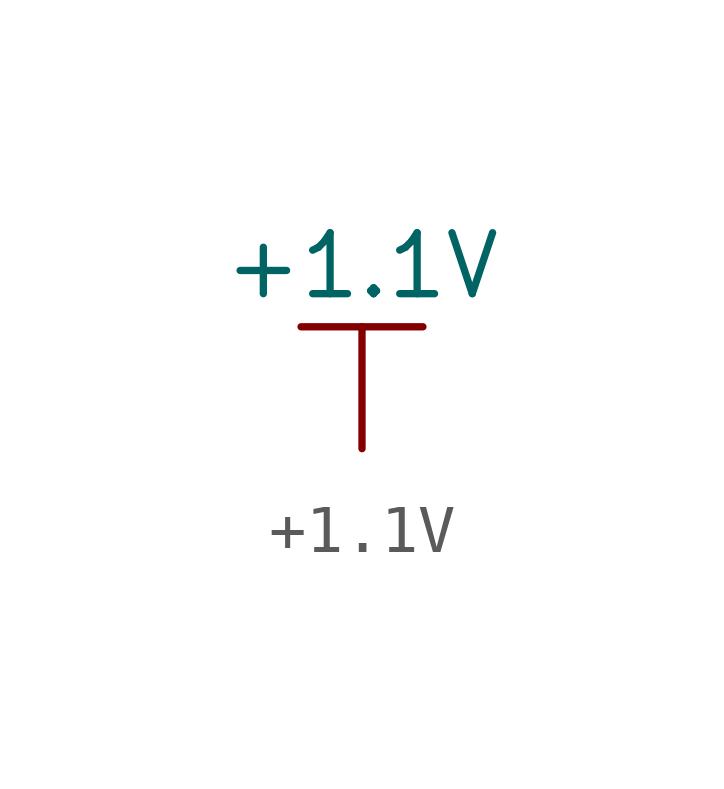
<source format=kicad_sym>
(kicad_symbol_lib
  (version 20211014)
  (generator kicad_symbol_editor)
  (symbol "+1.1V"
    (power)
    (pin_names
      (offset 0))
    (property "Reference" "#PWR"
      (at 0 -3.81 0)
      (effects (font (size 1.27 1.27)) hide))
    (property "Value" "+1.1V"
      (at 0 3.81 0)
      (effects (font (size 1.27 1.27))))
    (symbol "+1.1V_0_1"
      (polyline (pts (xy -1.27 2.54) (xy 1.27 2.54)) (stroke (width 0) (type default) (color 0 0 0 0)) (fill (type none)))
      (polyline (pts (xy 0 0) (xy 0 2.54)) (stroke (width 0) (type default) (color 0 0 0 0)) (fill (type none))))
    (symbol "+1.1V_1_1"
      (pin power_in line (at 0 0 90) (length 0) hide (name "+1.1V" (effects (font (size 1.27 1.27)))) (number "1" (effects (font (size 1.27 1.27))))))))
</source>
